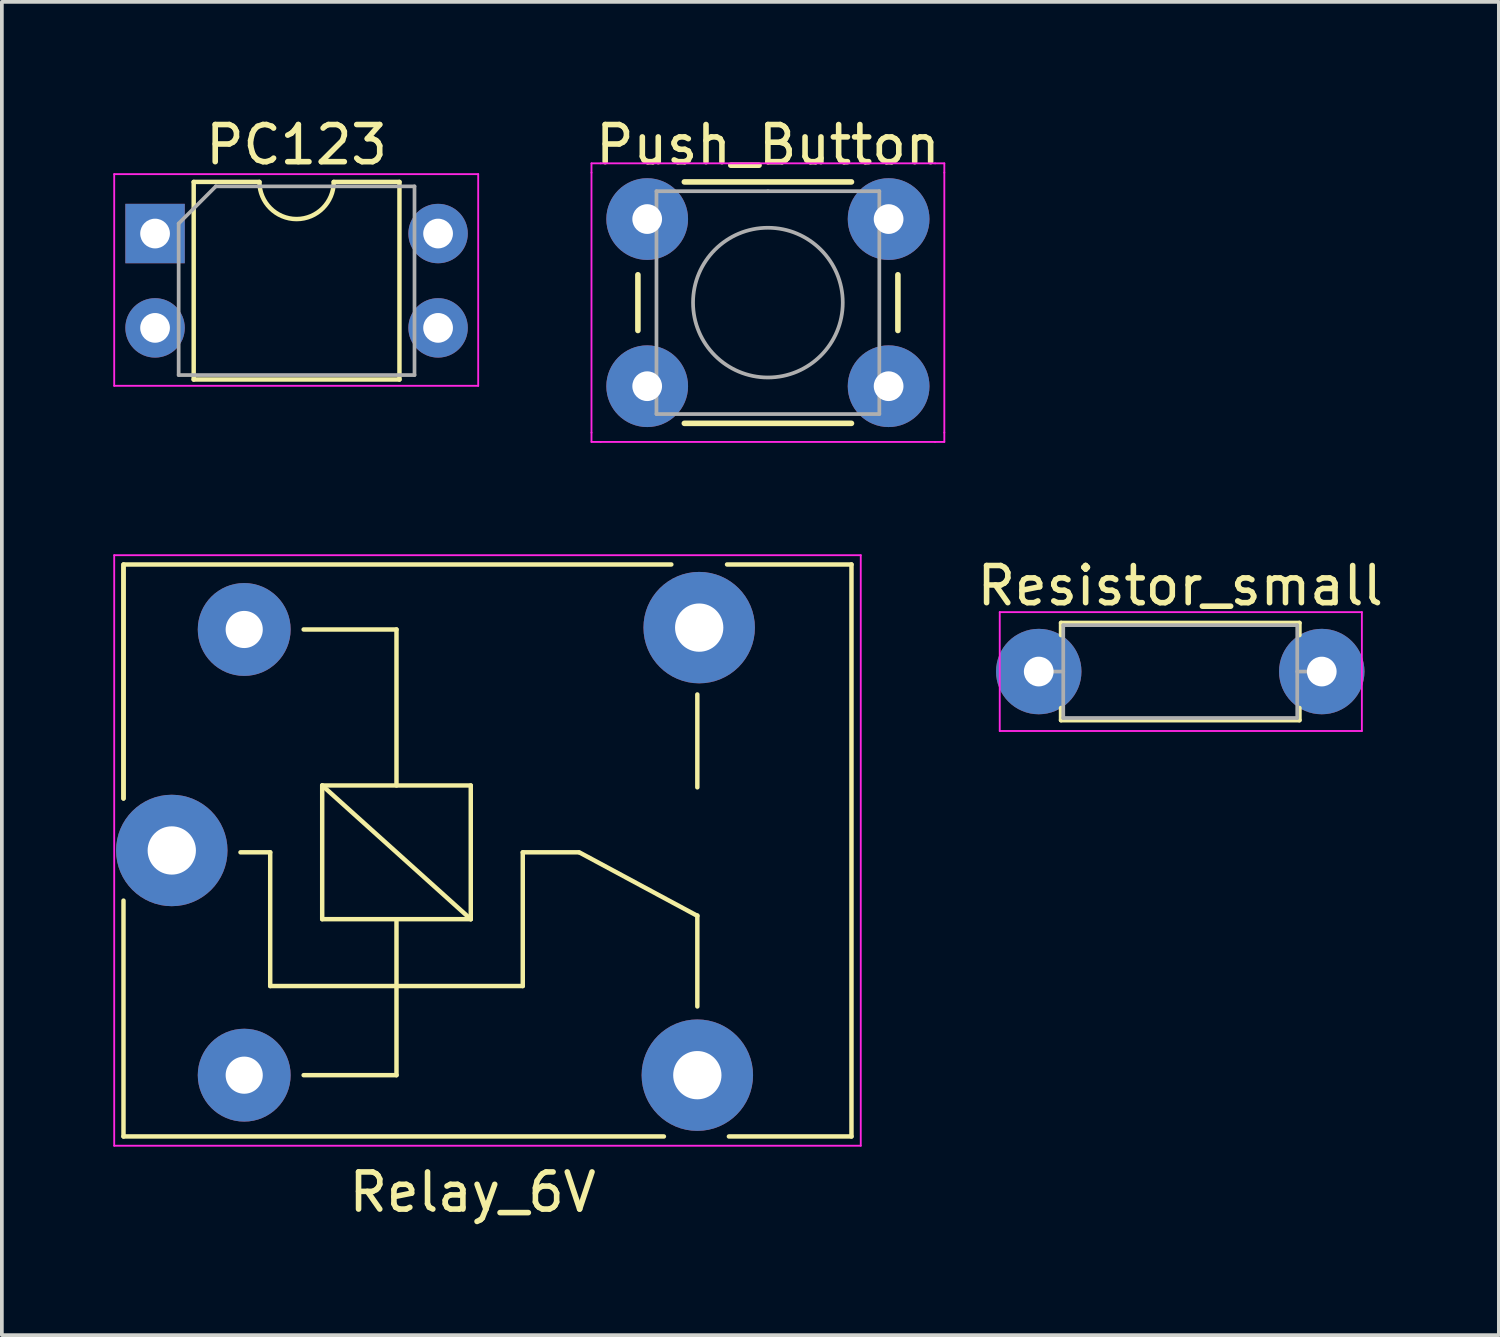
<source format=kicad_pcb>
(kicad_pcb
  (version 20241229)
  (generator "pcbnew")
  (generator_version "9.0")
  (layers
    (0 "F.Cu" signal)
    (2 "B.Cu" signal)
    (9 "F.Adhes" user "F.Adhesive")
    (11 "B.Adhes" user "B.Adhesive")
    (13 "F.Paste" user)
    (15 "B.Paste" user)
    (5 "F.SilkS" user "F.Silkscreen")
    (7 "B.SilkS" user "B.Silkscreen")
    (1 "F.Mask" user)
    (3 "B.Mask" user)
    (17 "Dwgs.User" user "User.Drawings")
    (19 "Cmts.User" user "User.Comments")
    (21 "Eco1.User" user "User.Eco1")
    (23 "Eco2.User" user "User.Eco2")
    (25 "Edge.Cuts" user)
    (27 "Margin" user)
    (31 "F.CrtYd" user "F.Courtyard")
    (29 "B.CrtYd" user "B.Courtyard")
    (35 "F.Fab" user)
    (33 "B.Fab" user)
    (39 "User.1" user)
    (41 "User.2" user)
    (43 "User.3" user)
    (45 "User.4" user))
  (footprint "Relay_6V"
    (layer "F.Cu")
    (at 1.575 19.848)
    (property "Reference" "Relay_6V" (at 8.1 9.2 0) (layer "F.SilkS") (effects (font (size 1 1) (thickness 0.15))))
    (attr through_hole)
    (fp_line (start -1.3 -7.7) (end 13.45 -7.7) (stroke (width 0.12) (type solid)) (layer "F.SilkS"))
    (fp_line (start -1.3 -7.65) (end -1.3 -1.4) (stroke (width 0.12) (type solid)) (layer "F.SilkS"))
    (fp_line (start -1.3 -1.4) (end -1.3 -7.7) (stroke (width 0.12) (type solid)) (layer "F.SilkS"))
    (fp_line (start -1.3 1.35) (end -1.3 7.7) (stroke (width 0.12) (type solid)) (layer "F.SilkS"))
    (fp_line (start -1.3 7.7) (end 13.25 7.7) (stroke (width 0.12) (type solid)) (layer "F.SilkS"))
    (fp_line (start 2.65 0.05) (end 1.85 0.05) (stroke (width 0.12) (type solid)) (layer "F.SilkS"))
    (fp_line (start 2.65 0.05) (end 2.65 3.65) (stroke (width 0.12) (type solid)) (layer "F.SilkS"))
    (fp_line (start 3.55 6.05) (end 6.05 6.05) (stroke (width 0.12) (type solid)) (layer "F.SilkS"))
    (fp_line (start 4.05 -1.75) (end 8.05 -1.75) (stroke (width 0.12) (type solid)) (layer "F.SilkS"))
    (fp_line (start 4.05 1.85) (end 4.05 -1.75) (stroke (width 0.12) (type solid)) (layer "F.SilkS"))
    (fp_line (start 6.05 -5.95) (end 3.55 -5.95) (stroke (width 0.12) (type solid)) (layer "F.SilkS"))
    (fp_line (start 6.05 -5.95) (end 6.05 -1.75) (stroke (width 0.12) (type solid)) (layer "F.SilkS"))
    (fp_line (start 6.05 1.85) (end 6.05 6.05) (stroke (width 0.12) (type solid)) (layer "F.SilkS"))
    (fp_line (start 8.05 -1.75) (end 8.05 1.85) (stroke (width 0.12) (type solid)) (layer "F.SilkS"))
    (fp_line (start 8.05 1.85) (end 4.05 -1.75) (stroke (width 0.12) (type solid)) (layer "F.SilkS"))
    (fp_line (start 8.05 1.85) (end 4.05 1.85) (stroke (width 0.12) (type solid)) (layer "F.SilkS"))
    (fp_line (start 9.45 0.05) (end 9.45 3.65) (stroke (width 0.12) (type solid)) (layer "F.SilkS"))
    (fp_line (start 9.45 0.05) (end 10.95 0.05) (stroke (width 0.12) (type solid)) (layer "F.SilkS"))
    (fp_line (start 9.45 3.65) (end 2.65 3.65) (stroke (width 0.12) (type solid)) (layer "F.SilkS"))
    (fp_line (start 10.97 0.05) (end 14.15 1.76) (stroke (width 0.12) (type solid)) (layer "F.SilkS"))
    (fp_line (start 14.15 -4.2) (end 14.15 -1.7) (stroke (width 0.12) (type solid)) (layer "F.SilkS"))
    (fp_line (start 14.15 4.2) (end 14.15 1.75) (stroke (width 0.12) (type solid)) (layer "F.SilkS"))
    (fp_line (start 15 7.7) (end 18.3 7.7) (stroke (width 0.12) (type solid)) (layer "F.SilkS"))
    (fp_line (start 18.3 -7.7) (end 14.95 -7.7) (stroke (width 0.12) (type solid)) (layer "F.SilkS"))
    (fp_line (start 18.3 7.7) (end 18.3 -7.7) (stroke (width 0.12) (type solid)) (layer "F.SilkS"))
    (fp_line (start -1.55 7.95) (end -1.55 -7.95) (stroke (width 0.05) (type solid)) (layer "F.CrtYd"))
    (fp_line (start -1.55 7.95) (end 18.55 7.95) (stroke (width 0.05) (type solid)) (layer "F.CrtYd"))
    (fp_line (start 18.55 -7.95) (end -1.55 -7.95) (stroke (width 0.05) (type solid)) (layer "F.CrtYd"))
    (fp_line (start 18.55 -7.95) (end 18.55 7.95) (stroke (width 0.05) (type solid)) (layer "F.CrtYd"))
    (pad "1" thru_hole circle (at 1.95 6.05 90) (size 2.5 2.5) (drill 1) (layers "*.Cu" "*.Mask"))
    (pad "2" thru_hole circle (at 0 0 90) (size 3 3) (drill 1.3) (layers "*.Cu" "*.Mask"))
    (pad "3" thru_hole circle (at 14.2 -6 90) (size 3 3) (drill 1.3) (layers "*.Cu" "*.Mask"))
    (pad "4" thru_hole circle (at 14.15 6.05 90) (size 3 3) (drill 1.3) (layers "*.Cu" "*.Mask"))
    (pad "5" thru_hole circle (at 1.95 -5.95 90) (size 2.5 2.5) (drill 1) (layers "*.Cu" "*.Mask")))
  (footprint "Push_Button"
    (layer "F.Cu")
    (at 14.375 2.848)
    (property "Reference" "Push_Button" (at 3.25 -2 0) (layer "F.SilkS") (effects (font (size 1 1) (thickness 0.15))))
    (attr through_hole)
    (fp_line (start -0.25 1.5) (end -0.25 3) (stroke (width 0.15) (type solid)) (layer "F.SilkS"))
    (fp_line (start 1 5.5) (end 5.5 5.5) (stroke (width 0.15) (type solid)) (layer "F.SilkS"))
    (fp_line (start 5.5 -1) (end 1 -1) (stroke (width 0.15) (type solid)) (layer "F.SilkS"))
    (fp_line (start 6.75 3) (end 6.75 1.5) (stroke (width 0.15) (type solid)) (layer "F.SilkS"))
    (fp_line (start -1.5 -1.5) (end -1.25 -1.5) (stroke (width 0.05) (type solid)) (layer "F.CrtYd"))
    (fp_line (start -1.5 -1.25) (end -1.5 -1.5) (stroke (width 0.05) (type solid)) (layer "F.CrtYd"))
    (fp_line (start -1.5 5.75) (end -1.5 -1.25) (stroke (width 0.05) (type solid)) (layer "F.CrtYd"))
    (fp_line (start -1.5 5.75) (end -1.5 6) (stroke (width 0.05) (type solid)) (layer "F.CrtYd"))
    (fp_line (start -1.5 6) (end -1.25 6) (stroke (width 0.05) (type solid)) (layer "F.CrtYd"))
    (fp_line (start -1.25 -1.5) (end 7.75 -1.5) (stroke (width 0.05) (type solid)) (layer "F.CrtYd"))
    (fp_line (start 7.75 -1.5) (end 8 -1.5) (stroke (width 0.05) (type solid)) (layer "F.CrtYd"))
    (fp_line (start 7.75 6) (end -1.25 6) (stroke (width 0.05) (type solid)) (layer "F.CrtYd"))
    (fp_line (start 7.75 6) (end 8 6) (stroke (width 0.05) (type solid)) (layer "F.CrtYd"))
    (fp_line (start 8 -1.5) (end 8 -1.25) (stroke (width 0.05) (type solid)) (layer "F.CrtYd"))
    (fp_line (start 8 -1.25) (end 8 5.75) (stroke (width 0.05) (type solid)) (layer "F.CrtYd"))
    (fp_line (start 8 6) (end 8 5.75) (stroke (width 0.05) (type solid)) (layer "F.CrtYd"))
    (fp_line (start 0.25 -0.75) (end 3.25 -0.75) (stroke (width 0.1) (type solid)) (layer "F.Fab"))
    (fp_line (start 0.25 5.25) (end 0.25 -0.75) (stroke (width 0.1) (type solid)) (layer "F.Fab"))
    (fp_line (start 3.25 -0.75) (end 6.25 -0.75) (stroke (width 0.1) (type solid)) (layer "F.Fab"))
    (fp_line (start 6.25 -0.75) (end 6.25 5.25) (stroke (width 0.1) (type solid)) (layer "F.Fab"))
    (fp_line (start 6.25 5.25) (end 0.25 5.25) (stroke (width 0.1) (type solid)) (layer "F.Fab"))
    (fp_circle (center 3.25 2.25) (end 1.25 2.5) (stroke (width 0.1) (type solid)) (fill no) (layer "F.Fab"))
    (pad "1" thru_hole circle (at 0 0 90) (size 2.2 2.2) (drill 0.8) (layers "*.Cu" "*.Mask"))
    (pad "1" thru_hole circle (at 6.5 0 90) (size 2.2 2.2) (drill 0.8) (layers "*.Cu" "*.Mask"))
    (pad "2" thru_hole circle (at 0 4.5 90) (size 2.2 2.2) (drill 0.8) (layers "*.Cu" "*.Mask"))
    (pad "2" thru_hole circle (at 6.5 4.5 90) (size 2.2 2.2) (drill 0.8) (layers "*.Cu" "*.Mask")))
  (footprint "PC123"
    (layer "F.Cu")
    (at 1.125 3.238)
    (property "Reference" "PC123" (at 3.81 -2.39 0) (layer "F.SilkS") (effects (font (size 1 1) (thickness 0.15))))
    (attr through_hole)
    (fp_line (start 1.04 -1.39) (end 1.04 3.93) (stroke (width 0.12) (type solid)) (layer "F.SilkS"))
    (fp_line (start 1.04 3.93) (end 6.58 3.93) (stroke (width 0.12) (type solid)) (layer "F.SilkS"))
    (fp_line (start 2.81 -1.39) (end 1.04 -1.39) (stroke (width 0.12) (type solid)) (layer "F.SilkS"))
    (fp_line (start 6.58 -1.39) (end 4.81 -1.39) (stroke (width 0.12) (type solid)) (layer "F.SilkS"))
    (fp_line (start 6.58 3.93) (end 6.58 -1.39) (stroke (width 0.12) (type solid)) (layer "F.SilkS"))
    (fp_arc (start 4.81 -1.39) (mid 3.81 -0.39) (end 2.81 -1.39) (stroke (width 0.12) (type solid)) (layer "F.SilkS"))
    (fp_line (start -1.1 -1.6) (end -1.1 4.1) (stroke (width 0.05) (type solid)) (layer "F.CrtYd"))
    (fp_line (start -1.1 4.1) (end 8.7 4.1) (stroke (width 0.05) (type solid)) (layer "F.CrtYd"))
    (fp_line (start 8.7 -1.6) (end -1.1 -1.6) (stroke (width 0.05) (type solid)) (layer "F.CrtYd"))
    (fp_line (start 8.7 4.1) (end 8.7 -1.6) (stroke (width 0.05) (type solid)) (layer "F.CrtYd"))
    (fp_line (start 0.635 -0.27) (end 1.635 -1.27) (stroke (width 0.1) (type solid)) (layer "F.Fab"))
    (fp_line (start 0.635 3.81) (end 0.635 -0.27) (stroke (width 0.1) (type solid)) (layer "F.Fab"))
    (fp_line (start 1.635 -1.27) (end 6.985 -1.27) (stroke (width 0.1) (type solid)) (layer "F.Fab"))
    (fp_line (start 6.985 -1.27) (end 6.985 3.81) (stroke (width 0.1) (type solid)) (layer "F.Fab"))
    (fp_line (start 6.985 3.81) (end 0.635 3.81) (stroke (width 0.1) (type solid)) (layer "F.Fab"))
    (pad "1" thru_hole rect (at 0 0) (size 1.6 1.6) (drill 0.8) (layers "*.Cu" "*.Mask"))
    (pad "2" thru_hole oval (at 0 2.54) (size 1.6 1.6) (drill 0.8) (layers "*.Cu" "*.Mask"))
    (pad "3" thru_hole oval (at 7.62 2.54) (size 1.6 1.6) (drill 0.8) (layers "*.Cu" "*.Mask"))
    (pad "4" thru_hole oval (at 7.62 0) (size 1.6 1.6) (drill 0.8) (layers "*.Cu" "*.Mask")))
  (footprint "Resistor_small"
    (layer "F.Cu")
    (at 24.917 15.031)
    (property "Reference" "Resistor_small" (at 3.81 -2.31 0) (layer "F.SilkS") (effects (font (size 1 1) (thickness 0.15))))
    (attr through_hole)
    (fp_line (start 0.6 -1.31) (end 7.02 -1.31) (stroke (width 0.12) (type solid)) (layer "F.SilkS"))
    (fp_line (start 0.6 -0.98) (end 0.6 -1.31) (stroke (width 0.12) (type solid)) (layer "F.SilkS"))
    (fp_line (start 0.6 0.98) (end 0.6 1.31) (stroke (width 0.12) (type solid)) (layer "F.SilkS"))
    (fp_line (start 0.6 1.31) (end 7.02 1.31) (stroke (width 0.12) (type solid)) (layer "F.SilkS"))
    (fp_line (start 7.02 -1.31) (end 7.02 -0.98) (stroke (width 0.12) (type solid)) (layer "F.SilkS"))
    (fp_line (start 7.02 1.31) (end 7.02 0.98) (stroke (width 0.12) (type solid)) (layer "F.SilkS"))
    (fp_line (start -1.05 -1.6) (end -1.05 1.6) (stroke (width 0.05) (type solid)) (layer "F.CrtYd"))
    (fp_line (start -1.05 1.6) (end 8.7 1.6) (stroke (width 0.05) (type solid)) (layer "F.CrtYd"))
    (fp_line (start 8.7 -1.6) (end -1.05 -1.6) (stroke (width 0.05) (type solid)) (layer "F.CrtYd"))
    (fp_line (start 8.7 1.6) (end 8.7 -1.6) (stroke (width 0.05) (type solid)) (layer "F.CrtYd"))
    (fp_line (start 0 0) (end 0.66 0) (stroke (width 0.1) (type solid)) (layer "F.Fab"))
    (fp_line (start 0.66 -1.25) (end 0.66 1.25) (stroke (width 0.1) (type solid)) (layer "F.Fab"))
    (fp_line (start 0.66 1.25) (end 6.96 1.25) (stroke (width 0.1) (type solid)) (layer "F.Fab"))
    (fp_line (start 6.96 -1.25) (end 0.66 -1.25) (stroke (width 0.1) (type solid)) (layer "F.Fab"))
    (fp_line (start 6.96 1.25) (end 6.96 -1.25) (stroke (width 0.1) (type solid)) (layer "F.Fab"))
    (fp_line (start 7.62 0) (end 6.96 0) (stroke (width 0.1) (type solid)) (layer "F.Fab"))
    (pad "1" thru_hole circle (at 0 0) (size 2.3 2.3) (drill 0.8) (layers "*.Cu" "*.Mask"))
    (pad "2" thru_hole circle (at 7.62 0) (size 2.3 2.3) (drill 0.8) (layers "*.Cu" "*.Mask")))
  (gr_rect
    (start -3 -3)
    (end 37.305 32.897)
    (stroke (width 0.1) (type default))
    (fill no)
    (layer "Edge.Cuts")))
</source>
